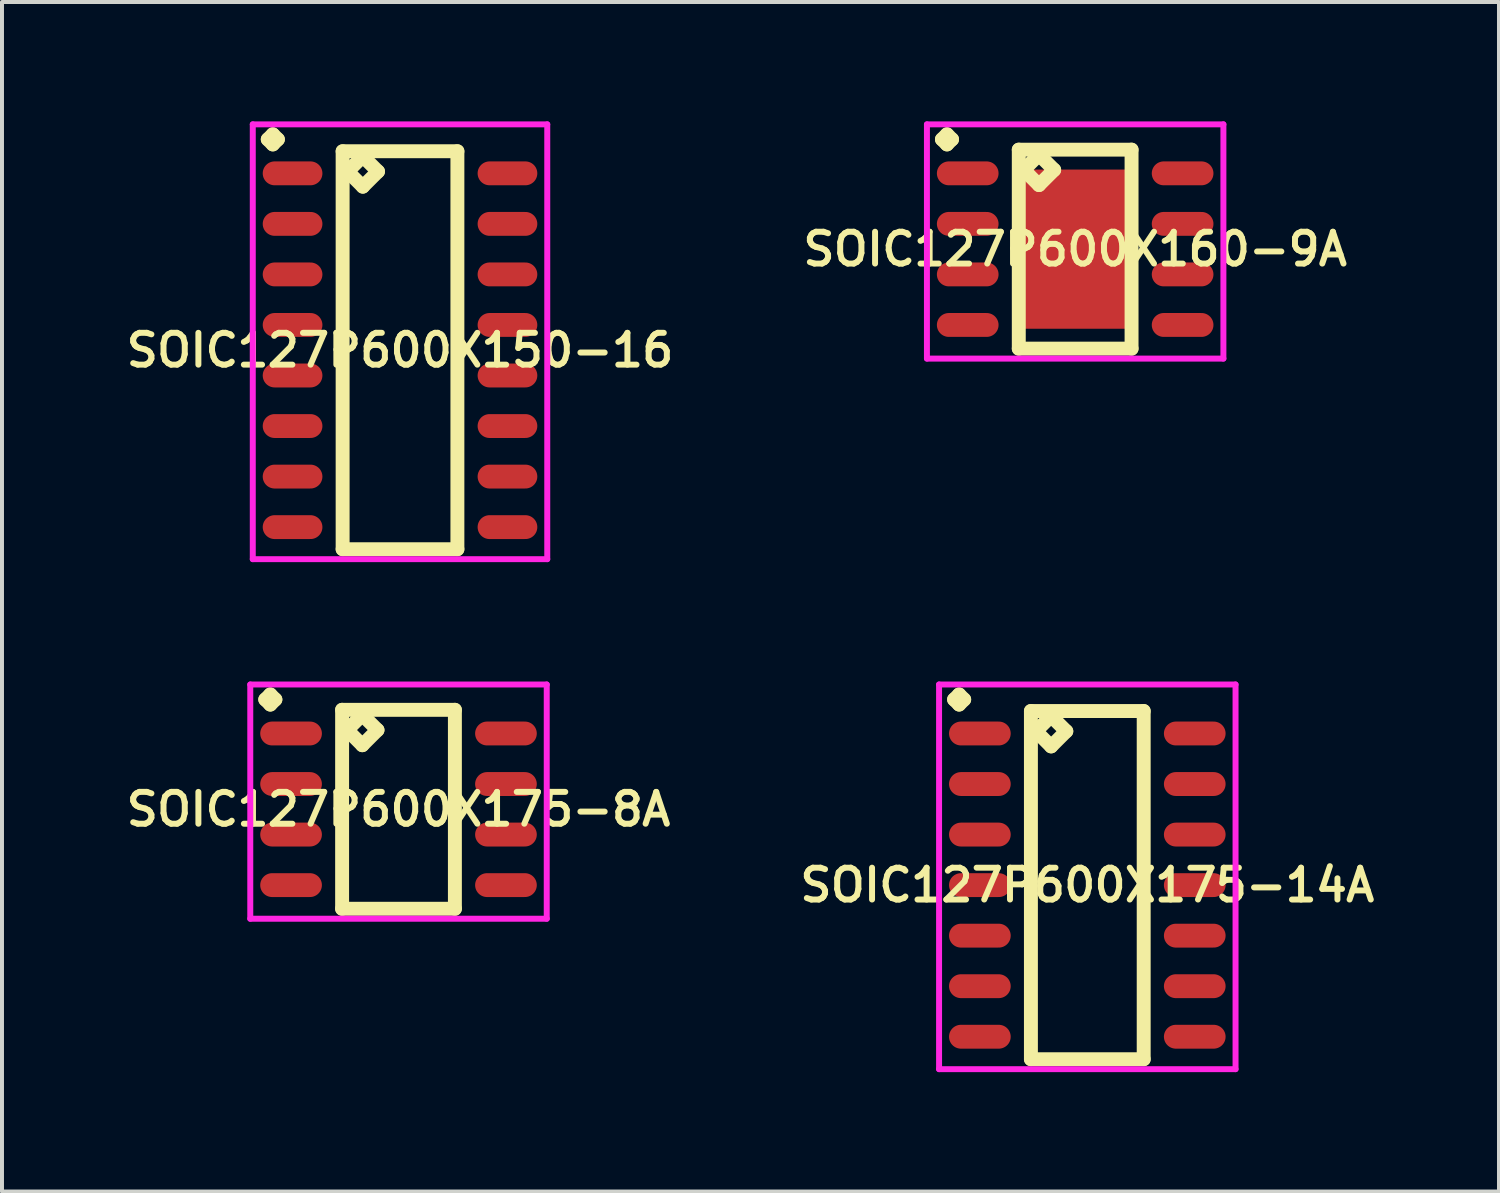
<source format=kicad_pcb>
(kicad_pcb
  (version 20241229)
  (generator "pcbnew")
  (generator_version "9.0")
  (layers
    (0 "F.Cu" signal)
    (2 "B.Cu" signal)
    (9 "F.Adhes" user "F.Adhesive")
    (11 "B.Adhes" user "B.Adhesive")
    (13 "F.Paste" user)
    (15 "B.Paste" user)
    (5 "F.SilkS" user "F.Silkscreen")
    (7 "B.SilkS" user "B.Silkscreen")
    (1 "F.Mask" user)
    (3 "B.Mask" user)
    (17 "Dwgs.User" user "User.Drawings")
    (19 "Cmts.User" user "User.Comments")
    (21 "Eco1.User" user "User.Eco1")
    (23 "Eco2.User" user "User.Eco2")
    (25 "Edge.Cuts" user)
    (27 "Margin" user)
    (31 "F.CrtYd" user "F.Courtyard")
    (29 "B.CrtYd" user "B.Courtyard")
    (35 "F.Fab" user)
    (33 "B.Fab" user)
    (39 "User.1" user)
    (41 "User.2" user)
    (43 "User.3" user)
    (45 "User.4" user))
  (footprint "SOIC127P600X150-16"
    (layer "F.Cu")
    (at 7.002 5.751)
    (property "Reference" "SOIC127P600X150-16" (at 0 0 0) (layer "F.SilkS") (effects (font (size 0.8 0.8) (thickness 0.15))))
    (attr smd)
    (fp_line (start -3.323 -5.299) (end -3.196 -5.426) (stroke (width 0.35) (type solid)) (layer "F.SilkS"))
    (fp_line (start -3.196 -5.426) (end -3.069 -5.299) (stroke (width 0.35) (type solid)) (layer "F.SilkS"))
    (fp_line (start -3.196 -5.172) (end -3.323 -5.299) (stroke (width 0.35) (type solid)) (layer "F.SilkS"))
    (fp_line (start -3.069 -5.299) (end -3.196 -5.172) (stroke (width 0.35) (type solid)) (layer "F.SilkS"))
    (fp_line (start -1.442 -5) (end -1.442 5) (stroke (width 0.35) (type solid)) (layer "F.SilkS"))
    (fp_line (start -1.442 5) (end 1.442 5) (stroke (width 0.35) (type solid)) (layer "F.SilkS"))
    (fp_line (start -1.315 -4.492) (end -0.934 -4.873) (stroke (width 0.35) (type solid)) (layer "F.SilkS"))
    (fp_line (start -0.934 -4.873) (end -0.553 -4.492) (stroke (width 0.35) (type solid)) (layer "F.SilkS"))
    (fp_line (start -0.934 -4.111) (end -1.315 -4.492) (stroke (width 0.35) (type solid)) (layer "F.SilkS"))
    (fp_line (start -0.553 -4.492) (end -0.934 -4.111) (stroke (width 0.35) (type solid)) (layer "F.SilkS"))
    (fp_line (start 1.442 -5) (end -1.442 -5) (stroke (width 0.35) (type solid)) (layer "F.SilkS"))
    (fp_line (start 1.442 5) (end 1.442 -5) (stroke (width 0.35) (type solid)) (layer "F.SilkS"))
    (fp_line (start -3.7 -5.676) (end 3.7 -5.676) (stroke (width 0.15) (type solid)) (layer "F.CrtYd"))
    (fp_line (start -3.7 5.25) (end -3.7 -5.676) (stroke (width 0.15) (type solid)) (layer "F.CrtYd"))
    (fp_line (start 3.7 -5.676) (end 3.7 5.25) (stroke (width 0.15) (type solid)) (layer "F.CrtYd"))
    (fp_line (start 3.7 5.25) (end -3.7 5.25) (stroke (width 0.15) (type solid)) (layer "F.CrtYd"))
    (pad "1" smd oval (at -2.7 -4.445) (size 1.5 0.6) (layers "F.Cu" "F.Mask" "F.Paste"))
    (pad "2" smd oval (at -2.7 -3.175) (size 1.5 0.6) (layers "F.Cu" "F.Mask" "F.Paste"))
    (pad "3" smd oval (at -2.7 -1.905) (size 1.5 0.6) (layers "F.Cu" "F.Mask" "F.Paste"))
    (pad "4" smd oval (at -2.7 -0.635) (size 1.5 0.6) (layers "F.Cu" "F.Mask" "F.Paste"))
    (pad "5" smd oval (at -2.7 0.635) (size 1.5 0.6) (layers "F.Cu" "F.Mask" "F.Paste"))
    (pad "6" smd oval (at -2.7 1.905) (size 1.5 0.6) (layers "F.Cu" "F.Mask" "F.Paste"))
    (pad "7" smd oval (at -2.7 3.175) (size 1.5 0.6) (layers "F.Cu" "F.Mask" "F.Paste"))
    (pad "8" smd oval (at -2.7 4.445) (size 1.5 0.6) (layers "F.Cu" "F.Mask" "F.Paste"))
    (pad "9" smd oval (at 2.7 4.445) (size 1.5 0.6) (layers "F.Cu" "F.Mask" "F.Paste"))
    (pad "10" smd oval (at 2.7 3.175) (size 1.5 0.6) (layers "F.Cu" "F.Mask" "F.Paste"))
    (pad "11" smd oval (at 2.7 1.905) (size 1.5 0.6) (layers "F.Cu" "F.Mask" "F.Paste"))
    (pad "12" smd oval (at 2.7 0.635) (size 1.5 0.6) (layers "F.Cu" "F.Mask" "F.Paste"))
    (pad "13" smd oval (at 2.7 -0.635) (size 1.5 0.6) (layers "F.Cu" "F.Mask" "F.Paste"))
    (pad "14" smd oval (at 2.7 -1.905) (size 1.5 0.6) (layers "F.Cu" "F.Mask" "F.Paste"))
    (pad "15" smd oval (at 2.7 -3.175) (size 1.5 0.6) (layers "F.Cu" "F.Mask" "F.Paste"))
    (pad "16" smd oval (at 2.7 -4.445) (size 1.5 0.6) (layers "F.Cu" "F.Mask" "F.Paste")))
  (footprint "SOIC127P600X175-14A"
    (layer "F.Cu")
    (at 24.273 19.192)
    (property "Reference" "SOIC127P600X175-14A" (at 0 0 0) (layer "F.SilkS") (effects (font (size 0.8 0.8) (thickness 0.15))))
    (attr through_hole)
    (fp_line (start -3.348 -4.664) (end -3.221 -4.791) (stroke (width 0.35) (type solid)) (layer "F.SilkS"))
    (fp_line (start -3.221 -4.791) (end -3.094 -4.664) (stroke (width 0.35) (type solid)) (layer "F.SilkS"))
    (fp_line (start -3.221 -4.537) (end -3.348 -4.664) (stroke (width 0.35) (type solid)) (layer "F.SilkS"))
    (fp_line (start -3.094 -4.664) (end -3.221 -4.537) (stroke (width 0.35) (type solid)) (layer "F.SilkS"))
    (fp_line (start -1.417 -4.375) (end -1.417 4.375) (stroke (width 0.35) (type solid)) (layer "F.SilkS"))
    (fp_line (start -1.417 4.375) (end 1.417 4.375) (stroke (width 0.35) (type solid)) (layer "F.SilkS"))
    (fp_line (start -1.29 -3.867) (end -0.909 -4.248) (stroke (width 0.35) (type solid)) (layer "F.SilkS"))
    (fp_line (start -0.909 -4.248) (end -0.528 -3.867) (stroke (width 0.35) (type solid)) (layer "F.SilkS"))
    (fp_line (start -0.909 -3.486) (end -1.29 -3.867) (stroke (width 0.35) (type solid)) (layer "F.SilkS"))
    (fp_line (start -0.528 -3.867) (end -0.909 -3.486) (stroke (width 0.35) (type solid)) (layer "F.SilkS"))
    (fp_line (start 1.417 -4.375) (end -1.417 -4.375) (stroke (width 0.35) (type solid)) (layer "F.SilkS"))
    (fp_line (start 1.417 4.375) (end 1.417 -4.375) (stroke (width 0.35) (type solid)) (layer "F.SilkS"))
    (fp_line (start -3.725 -5.041) (end 3.725 -5.041) (stroke (width 0.15) (type solid)) (layer "F.CrtYd"))
    (fp_line (start -3.725 4.625) (end -3.725 -5.041) (stroke (width 0.15) (type solid)) (layer "F.CrtYd"))
    (fp_line (start 3.725 -5.041) (end 3.725 4.625) (stroke (width 0.15) (type solid)) (layer "F.CrtYd"))
    (fp_line (start 3.725 4.625) (end -3.725 4.625) (stroke (width 0.15) (type solid)) (layer "F.CrtYd"))
    (pad "1" smd oval (at -2.7 -3.81) (size 1.55 0.6) (layers "F.Cu" "F.Mask" "F.Paste"))
    (pad "2" smd oval (at -2.7 -2.54) (size 1.55 0.6) (layers "F.Cu" "F.Mask" "F.Paste"))
    (pad "3" smd oval (at -2.7 -1.27) (size 1.55 0.6) (layers "F.Cu" "F.Mask" "F.Paste"))
    (pad "4" smd oval (at -2.7 0) (size 1.55 0.6) (layers "F.Cu" "F.Mask" "F.Paste"))
    (pad "5" smd oval (at -2.7 1.27) (size 1.55 0.6) (layers "F.Cu" "F.Mask" "F.Paste"))
    (pad "6" smd oval (at -2.7 2.54) (size 1.55 0.6) (layers "F.Cu" "F.Mask" "F.Paste"))
    (pad "7" smd oval (at -2.7 3.81) (size 1.55 0.6) (layers "F.Cu" "F.Mask" "F.Paste"))
    (pad "8" smd oval (at 2.7 3.81) (size 1.55 0.6) (layers "F.Cu" "F.Mask" "F.Paste"))
    (pad "9" smd oval (at 2.7 2.54) (size 1.55 0.6) (layers "F.Cu" "F.Mask" "F.Paste"))
    (pad "10" smd oval (at 2.7 1.27) (size 1.55 0.6) (layers "F.Cu" "F.Mask" "F.Paste"))
    (pad "11" smd oval (at 2.7 0) (size 1.55 0.6) (layers "F.Cu" "F.Mask" "F.Paste"))
    (pad "12" smd oval (at 2.7 -1.27) (size 1.55 0.6) (layers "F.Cu" "F.Mask" "F.Paste"))
    (pad "13" smd oval (at 2.7 -2.54) (size 1.55 0.6) (layers "F.Cu" "F.Mask" "F.Paste"))
    (pad "14" smd oval (at 2.7 -3.81) (size 1.55 0.6) (layers "F.Cu" "F.Mask" "F.Paste")))
  (footprint "SOIC127P600X175-8A"
    (layer "F.Cu")
    (at 6.964 17.287)
    (property "Reference" "SOIC127P600X175-8A" (at 0 0 0) (layer "F.SilkS") (effects (font (size 0.8 0.8) (thickness 0.15))))
    (attr smd)
    (fp_line (start -3.348 -2.759) (end -3.221 -2.886) (stroke (width 0.35) (type solid)) (layer "F.SilkS"))
    (fp_line (start -3.221 -2.886) (end -3.094 -2.759) (stroke (width 0.35) (type solid)) (layer "F.SilkS"))
    (fp_line (start -3.221 -2.632) (end -3.348 -2.759) (stroke (width 0.35) (type solid)) (layer "F.SilkS"))
    (fp_line (start -3.094 -2.759) (end -3.221 -2.632) (stroke (width 0.35) (type solid)) (layer "F.SilkS"))
    (fp_line (start -1.417 -2.5) (end -1.417 2.5) (stroke (width 0.35) (type solid)) (layer "F.SilkS"))
    (fp_line (start -1.417 2.5) (end 1.417 2.5) (stroke (width 0.35) (type solid)) (layer "F.SilkS"))
    (fp_line (start -1.29 -1.992) (end -0.909 -2.373) (stroke (width 0.35) (type solid)) (layer "F.SilkS"))
    (fp_line (start -0.909 -2.373) (end -0.528 -1.992) (stroke (width 0.35) (type solid)) (layer "F.SilkS"))
    (fp_line (start -0.909 -1.611) (end -1.29 -1.992) (stroke (width 0.35) (type solid)) (layer "F.SilkS"))
    (fp_line (start -0.528 -1.992) (end -0.909 -1.611) (stroke (width 0.35) (type solid)) (layer "F.SilkS"))
    (fp_line (start 1.417 -2.5) (end -1.417 -2.5) (stroke (width 0.35) (type solid)) (layer "F.SilkS"))
    (fp_line (start 1.417 2.5) (end 1.417 -2.5) (stroke (width 0.35) (type solid)) (layer "F.SilkS"))
    (fp_line (start -3.725 -3.136) (end 3.725 -3.136) (stroke (width 0.15) (type solid)) (layer "F.CrtYd"))
    (fp_line (start -3.725 2.75) (end -3.725 -3.136) (stroke (width 0.15) (type solid)) (layer "F.CrtYd"))
    (fp_line (start 3.725 -3.136) (end 3.725 2.75) (stroke (width 0.15) (type solid)) (layer "F.CrtYd"))
    (fp_line (start 3.725 2.75) (end -3.725 2.75) (stroke (width 0.15) (type solid)) (layer "F.CrtYd"))
    (pad "1" smd oval (at -2.7 -1.905) (size 1.55 0.6) (layers "F.Cu" "F.Mask" "F.Paste"))
    (pad "2" smd oval (at -2.7 -0.635) (size 1.55 0.6) (layers "F.Cu" "F.Mask" "F.Paste"))
    (pad "3" smd oval (at -2.7 0.635) (size 1.55 0.6) (layers "F.Cu" "F.Mask" "F.Paste"))
    (pad "4" smd oval (at -2.7 1.905) (size 1.55 0.6) (layers "F.Cu" "F.Mask" "F.Paste"))
    (pad "5" smd oval (at 2.7 1.905) (size 1.55 0.6) (layers "F.Cu" "F.Mask" "F.Paste"))
    (pad "6" smd oval (at 2.7 0.635) (size 1.55 0.6) (layers "F.Cu" "F.Mask" "F.Paste"))
    (pad "7" smd oval (at 2.7 -0.635) (size 1.55 0.6) (layers "F.Cu" "F.Mask" "F.Paste"))
    (pad "8" smd oval (at 2.7 -1.905) (size 1.55 0.6) (layers "F.Cu" "F.Mask" "F.Paste")))
  (footprint "SOIC127P600X160-9A"
    (layer "F.Cu")
    (at 23.968 3.211)
    (property "Reference" "SOIC127P600X160-9A" (at 0 0 0) (layer "F.SilkS") (effects (font (size 0.8 0.8) (thickness 0.15))))
    (attr smd)
    (fp_line (start -3.348 -2.759) (end -3.221 -2.886) (stroke (width 0.35) (type solid)) (layer "F.SilkS"))
    (fp_line (start -3.221 -2.886) (end -3.094 -2.759) (stroke (width 0.35) (type solid)) (layer "F.SilkS"))
    (fp_line (start -3.221 -2.632) (end -3.348 -2.759) (stroke (width 0.35) (type solid)) (layer "F.SilkS"))
    (fp_line (start -3.094 -2.759) (end -3.221 -2.632) (stroke (width 0.35) (type solid)) (layer "F.SilkS"))
    (fp_line (start -1.417 -2.5) (end -1.417 2.5) (stroke (width 0.35) (type solid)) (layer "F.SilkS"))
    (fp_line (start -1.417 2.5) (end 1.417 2.5) (stroke (width 0.35) (type solid)) (layer "F.SilkS"))
    (fp_line (start -1.29 -1.992) (end -0.909 -2.373) (stroke (width 0.35) (type solid)) (layer "F.SilkS"))
    (fp_line (start -0.909 -2.373) (end -0.528 -1.992) (stroke (width 0.35) (type solid)) (layer "F.SilkS"))
    (fp_line (start -0.909 -1.611) (end -1.29 -1.992) (stroke (width 0.35) (type solid)) (layer "F.SilkS"))
    (fp_line (start -0.528 -1.992) (end -0.909 -1.611) (stroke (width 0.35) (type solid)) (layer "F.SilkS"))
    (fp_line (start 1.417 -2.5) (end -1.417 -2.5) (stroke (width 0.35) (type solid)) (layer "F.SilkS"))
    (fp_line (start 1.417 2.5) (end 1.417 -2.5) (stroke (width 0.35) (type solid)) (layer "F.SilkS"))
    (fp_line (start -3.725 -3.136) (end 3.725 -3.136) (stroke (width 0.15) (type solid)) (layer "F.CrtYd"))
    (fp_line (start -3.725 2.75) (end -3.725 -3.136) (stroke (width 0.15) (type solid)) (layer "F.CrtYd"))
    (fp_line (start 3.725 -3.136) (end 3.725 2.75) (stroke (width 0.15) (type solid)) (layer "F.CrtYd"))
    (fp_line (start 3.725 2.75) (end -3.725 2.75) (stroke (width 0.15) (type solid)) (layer "F.CrtYd"))
    (pad "1" smd oval (at -2.7 -1.905) (size 1.55 0.6) (layers "F.Cu" "F.Mask" "F.Paste"))
    (pad "2" smd oval (at -2.7 -0.635) (size 1.55 0.6) (layers "F.Cu" "F.Mask" "F.Paste"))
    (pad "3" smd oval (at -2.7 0.635) (size 1.55 0.6) (layers "F.Cu" "F.Mask" "F.Paste"))
    (pad "4" smd oval (at -2.7 1.905) (size 1.55 0.6) (layers "F.Cu" "F.Mask" "F.Paste"))
    (pad "5" smd oval (at 2.7 1.905) (size 1.55 0.6) (layers "F.Cu" "F.Mask" "F.Paste"))
    (pad "6" smd oval (at 2.7 0.635) (size 1.55 0.6) (layers "F.Cu" "F.Mask" "F.Paste"))
    (pad "7" smd oval (at 2.7 -0.635) (size 1.55 0.6) (layers "F.Cu" "F.Mask" "F.Paste"))
    (pad "8" smd oval (at 2.7 -1.905) (size 1.55 0.6) (layers "F.Cu" "F.Mask" "F.Paste"))
    (pad "9" smd rect (at 0 0) (size 2.8 4) (layers "F.Cu" "F.Mask" "F.Paste")))
  (gr_rect
    (start -3 -3)
    (end 34.618 26.892)
    (stroke (width 0.1) (type default))
    (fill no)
    (layer "Edge.Cuts")))
</source>
